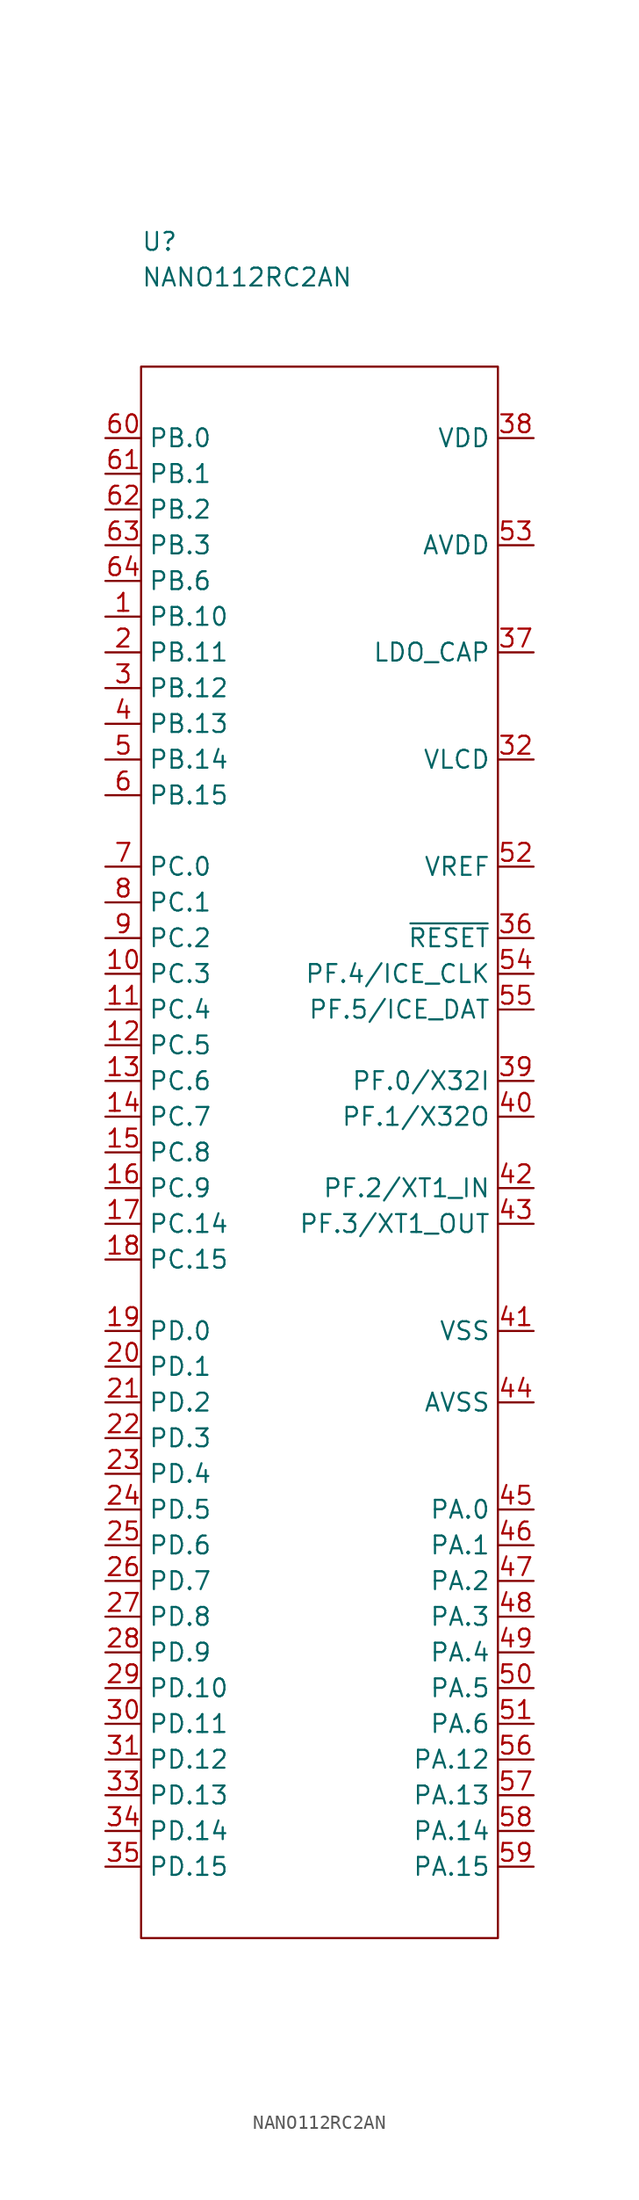
<source format=kicad_sym>
(kicad_symbol_lib
  (version 20211014)
  (generator kicad_symbol_editor)
  (symbol "NANO112RC2AN"
    (property "Reference" "U"
      (at 0 8.89 0)
      (effects (font (size 1.27 1.27)) (justify left)))
    (property "Value" "NANO112RC2AN"
      (at 0 6.35 0)
      (effects (font (size 1.27 1.27)) (justify left)))
    (symbol "NANO112RC2AN_0_1"
      (rectangle (start 0 0) (end 25.4 -111.76) (stroke (width 0) (type default) (color 0 0 0 0)) (fill (type none))))
    (symbol "NANO112RC2AN_1_1"
      (pin passive line (at -2.54 -17.78 0) (length 2.54) (name "PB.10" (effects (font (size 1.27 1.27)))) (number "1" (effects (font (size 1.27 1.27)))))
      (pin passive line (at -2.54 -43.18 0) (length 2.54) (name "PC.3" (effects (font (size 1.27 1.27)))) (number "10" (effects (font (size 1.27 1.27)))))
      (pin passive line (at -2.54 -45.72 0) (length 2.54) (name "PC.4" (effects (font (size 1.27 1.27)))) (number "11" (effects (font (size 1.27 1.27)))))
      (pin passive line (at -2.54 -48.26 0) (length 2.54) (name "PC.5" (effects (font (size 1.27 1.27)))) (number "12" (effects (font (size 1.27 1.27)))))
      (pin passive line (at -2.54 -50.8 0) (length 2.54) (name "PC.6" (effects (font (size 1.27 1.27)))) (number "13" (effects (font (size 1.27 1.27)))))
      (pin passive line (at -2.54 -53.34 0) (length 2.54) (name "PC.7" (effects (font (size 1.27 1.27)))) (number "14" (effects (font (size 1.27 1.27)))))
      (pin passive line (at -2.54 -55.88 0) (length 2.54) (name "PC.8" (effects (font (size 1.27 1.27)))) (number "15" (effects (font (size 1.27 1.27)))))
      (pin passive line (at -2.54 -58.42 0) (length 2.54) (name "PC.9" (effects (font (size 1.27 1.27)))) (number "16" (effects (font (size 1.27 1.27)))))
      (pin passive line (at -2.54 -60.96 0) (length 2.54) (name "PC.14" (effects (font (size 1.27 1.27)))) (number "17" (effects (font (size 1.27 1.27)))))
      (pin passive line (at -2.54 -63.5 0) (length 2.54) (name "PC.15" (effects (font (size 1.27 1.27)))) (number "18" (effects (font (size 1.27 1.27)))))
      (pin passive line (at -2.54 -68.58 0) (length 2.54) (name "PD.0" (effects (font (size 1.27 1.27)))) (number "19" (effects (font (size 1.27 1.27)))))
      (pin passive line (at -2.54 -20.32 0) (length 2.54) (name "PB.11" (effects (font (size 1.27 1.27)))) (number "2" (effects (font (size 1.27 1.27)))))
      (pin passive line (at -2.54 -71.12 0) (length 2.54) (name "PD.1" (effects (font (size 1.27 1.27)))) (number "20" (effects (font (size 1.27 1.27)))))
      (pin passive line (at -2.54 -73.66 0) (length 2.54) (name "PD.2" (effects (font (size 1.27 1.27)))) (number "21" (effects (font (size 1.27 1.27)))))
      (pin passive line (at -2.54 -76.2 0) (length 2.54) (name "PD.3" (effects (font (size 1.27 1.27)))) (number "22" (effects (font (size 1.27 1.27)))))
      (pin passive line (at -2.54 -78.74 0) (length 2.54) (name "PD.4" (effects (font (size 1.27 1.27)))) (number "23" (effects (font (size 1.27 1.27)))))
      (pin passive line (at -2.54 -81.28 0) (length 2.54) (name "PD.5" (effects (font (size 1.27 1.27)))) (number "24" (effects (font (size 1.27 1.27)))))
      (pin passive line (at -2.54 -83.82 0) (length 2.54) (name "PD.6" (effects (font (size 1.27 1.27)))) (number "25" (effects (font (size 1.27 1.27)))))
      (pin passive line (at -2.54 -86.36 0) (length 2.54) (name "PD.7" (effects (font (size 1.27 1.27)))) (number "26" (effects (font (size 1.27 1.27)))))
      (pin passive line (at -2.54 -88.9 0) (length 2.54) (name "PD.8" (effects (font (size 1.27 1.27)))) (number "27" (effects (font (size 1.27 1.27)))))
      (pin passive line (at -2.54 -91.44 0) (length 2.54) (name "PD.9" (effects (font (size 1.27 1.27)))) (number "28" (effects (font (size 1.27 1.27)))))
      (pin passive line (at -2.54 -93.98 0) (length 2.54) (name "PD.10" (effects (font (size 1.27 1.27)))) (number "29" (effects (font (size 1.27 1.27)))))
      (pin passive line (at -2.54 -22.86 0) (length 2.54) (name "PB.12" (effects (font (size 1.27 1.27)))) (number "3" (effects (font (size 1.27 1.27)))))
      (pin passive line (at -2.54 -96.52 0) (length 2.54) (name "PD.11" (effects (font (size 1.27 1.27)))) (number "30" (effects (font (size 1.27 1.27)))))
      (pin passive line (at -2.54 -99.06 0) (length 2.54) (name "PD.12" (effects (font (size 1.27 1.27)))) (number "31" (effects (font (size 1.27 1.27)))))
      (pin passive line (at 27.94 -27.94 180) (length 2.54) (name "VLCD" (effects (font (size 1.27 1.27)))) (number "32" (effects (font (size 1.27 1.27)))))
      (pin passive line (at -2.54 -101.6 0) (length 2.54) (name "PD.13" (effects (font (size 1.27 1.27)))) (number "33" (effects (font (size 1.27 1.27)))))
      (pin passive line (at -2.54 -104.14 0) (length 2.54) (name "PD.14" (effects (font (size 1.27 1.27)))) (number "34" (effects (font (size 1.27 1.27)))))
      (pin passive line (at -2.54 -106.68 0) (length 2.54) (name "PD.15" (effects (font (size 1.27 1.27)))) (number "35" (effects (font (size 1.27 1.27)))))
      (pin passive line (at 27.94 -40.64 180) (length 2.54) (name "~{RESET}" (effects (font (size 1.27 1.27)))) (number "36" (effects (font (size 1.27 1.27)))))
      (pin passive line (at 27.94 -20.32 180) (length 2.54) (name "LDO_CAP" (effects (font (size 1.27 1.27)))) (number "37" (effects (font (size 1.27 1.27)))))
      (pin passive line (at 27.94 -5.08 180) (length 2.54) (name "VDD" (effects (font (size 1.27 1.27)))) (number "38" (effects (font (size 1.27 1.27)))))
      (pin passive line (at 27.94 -50.8 180) (length 2.54) (name "PF.0/X32I" (effects (font (size 1.27 1.27)))) (number "39" (effects (font (size 1.27 1.27)))))
      (pin passive line (at -2.54 -25.4 0) (length 2.54) (name "PB.13" (effects (font (size 1.27 1.27)))) (number "4" (effects (font (size 1.27 1.27)))))
      (pin passive line (at 27.94 -53.34 180) (length 2.54) (name "PF.1/X32O" (effects (font (size 1.27 1.27)))) (number "40" (effects (font (size 1.27 1.27)))))
      (pin passive line (at 27.94 -68.58 180) (length 2.54) (name "VSS" (effects (font (size 1.27 1.27)))) (number "41" (effects (font (size 1.27 1.27)))))
      (pin passive line (at 27.94 -58.42 180) (length 2.54) (name "PF.2/XT1_IN" (effects (font (size 1.27 1.27)))) (number "42" (effects (font (size 1.27 1.27)))))
      (pin passive line (at 27.94 -60.96 180) (length 2.54) (name "PF.3/XT1_OUT" (effects (font (size 1.27 1.27)))) (number "43" (effects (font (size 1.27 1.27)))))
      (pin passive line (at 27.94 -73.66 180) (length 2.54) (name "AVSS" (effects (font (size 1.27 1.27)))) (number "44" (effects (font (size 1.27 1.27)))))
      (pin passive line (at 27.94 -81.28 180) (length 2.54) (name "PA.0" (effects (font (size 1.27 1.27)))) (number "45" (effects (font (size 1.27 1.27)))))
      (pin passive line (at 27.94 -83.82 180) (length 2.54) (name "PA.1" (effects (font (size 1.27 1.27)))) (number "46" (effects (font (size 1.27 1.27)))))
      (pin passive line (at 27.94 -86.36 180) (length 2.54) (name "PA.2" (effects (font (size 1.27 1.27)))) (number "47" (effects (font (size 1.27 1.27)))))
      (pin passive line (at 27.94 -88.9 180) (length 2.54) (name "PA.3" (effects (font (size 1.27 1.27)))) (number "48" (effects (font (size 1.27 1.27)))))
      (pin passive line (at 27.94 -91.44 180) (length 2.54) (name "PA.4" (effects (font (size 1.27 1.27)))) (number "49" (effects (font (size 1.27 1.27)))))
      (pin passive line (at -2.54 -27.94 0) (length 2.54) (name "PB.14" (effects (font (size 1.27 1.27)))) (number "5" (effects (font (size 1.27 1.27)))))
      (pin passive line (at 27.94 -93.98 180) (length 2.54) (name "PA.5" (effects (font (size 1.27 1.27)))) (number "50" (effects (font (size 1.27 1.27)))))
      (pin passive line (at 27.94 -96.52 180) (length 2.54) (name "PA.6" (effects (font (size 1.27 1.27)))) (number "51" (effects (font (size 1.27 1.27)))))
      (pin passive line (at 27.94 -35.56 180) (length 2.54) (name "VREF" (effects (font (size 1.27 1.27)))) (number "52" (effects (font (size 1.27 1.27)))))
      (pin passive line (at 27.94 -12.7 180) (length 2.54) (name "AVDD" (effects (font (size 1.27 1.27)))) (number "53" (effects (font (size 1.27 1.27)))))
      (pin passive line (at 27.94 -43.18 180) (length 2.54) (name "PF.4/ICE_CLK" (effects (font (size 1.27 1.27)))) (number "54" (effects (font (size 1.27 1.27)))))
      (pin passive line (at 27.94 -45.72 180) (length 2.54) (name "PF.5/ICE_DAT" (effects (font (size 1.27 1.27)))) (number "55" (effects (font (size 1.27 1.27)))))
      (pin passive line (at 27.94 -99.06 180) (length 2.54) (name "PA.12" (effects (font (size 1.27 1.27)))) (number "56" (effects (font (size 1.27 1.27)))))
      (pin passive line (at 27.94 -101.6 180) (length 2.54) (name "PA.13" (effects (font (size 1.27 1.27)))) (number "57" (effects (font (size 1.27 1.27)))))
      (pin passive line (at 27.94 -104.14 180) (length 2.54) (name "PA.14" (effects (font (size 1.27 1.27)))) (number "58" (effects (font (size 1.27 1.27)))))
      (pin passive line (at 27.94 -106.68 180) (length 2.54) (name "PA.15" (effects (font (size 1.27 1.27)))) (number "59" (effects (font (size 1.27 1.27)))))
      (pin passive line (at -2.54 -30.48 0) (length 2.54) (name "PB.15" (effects (font (size 1.27 1.27)))) (number "6" (effects (font (size 1.27 1.27)))))
      (pin passive line (at -2.54 -5.08 0) (length 2.54) (name "PB.0" (effects (font (size 1.27 1.27)))) (number "60" (effects (font (size 1.27 1.27)))))
      (pin passive line (at -2.54 -7.62 0) (length 2.54) (name "PB.1" (effects (font (size 1.27 1.27)))) (number "61" (effects (font (size 1.27 1.27)))))
      (pin passive line (at -2.54 -10.16 0) (length 2.54) (name "PB.2" (effects (font (size 1.27 1.27)))) (number "62" (effects (font (size 1.27 1.27)))))
      (pin passive line (at -2.54 -12.7 0) (length 2.54) (name "PB.3" (effects (font (size 1.27 1.27)))) (number "63" (effects (font (size 1.27 1.27)))))
      (pin passive line (at -2.54 -15.24 0) (length 2.54) (name "PB.6" (effects (font (size 1.27 1.27)))) (number "64" (effects (font (size 1.27 1.27)))))
      (pin passive line (at -2.54 -35.56 0) (length 2.54) (name "PC.0" (effects (font (size 1.27 1.27)))) (number "7" (effects (font (size 1.27 1.27)))))
      (pin passive line (at -2.54 -38.1 0) (length 2.54) (name "PC.1" (effects (font (size 1.27 1.27)))) (number "8" (effects (font (size 1.27 1.27)))))
      (pin passive line (at -2.54 -40.64 0) (length 2.54) (name "PC.2" (effects (font (size 1.27 1.27)))) (number "9" (effects (font (size 1.27 1.27))))))))
</source>
